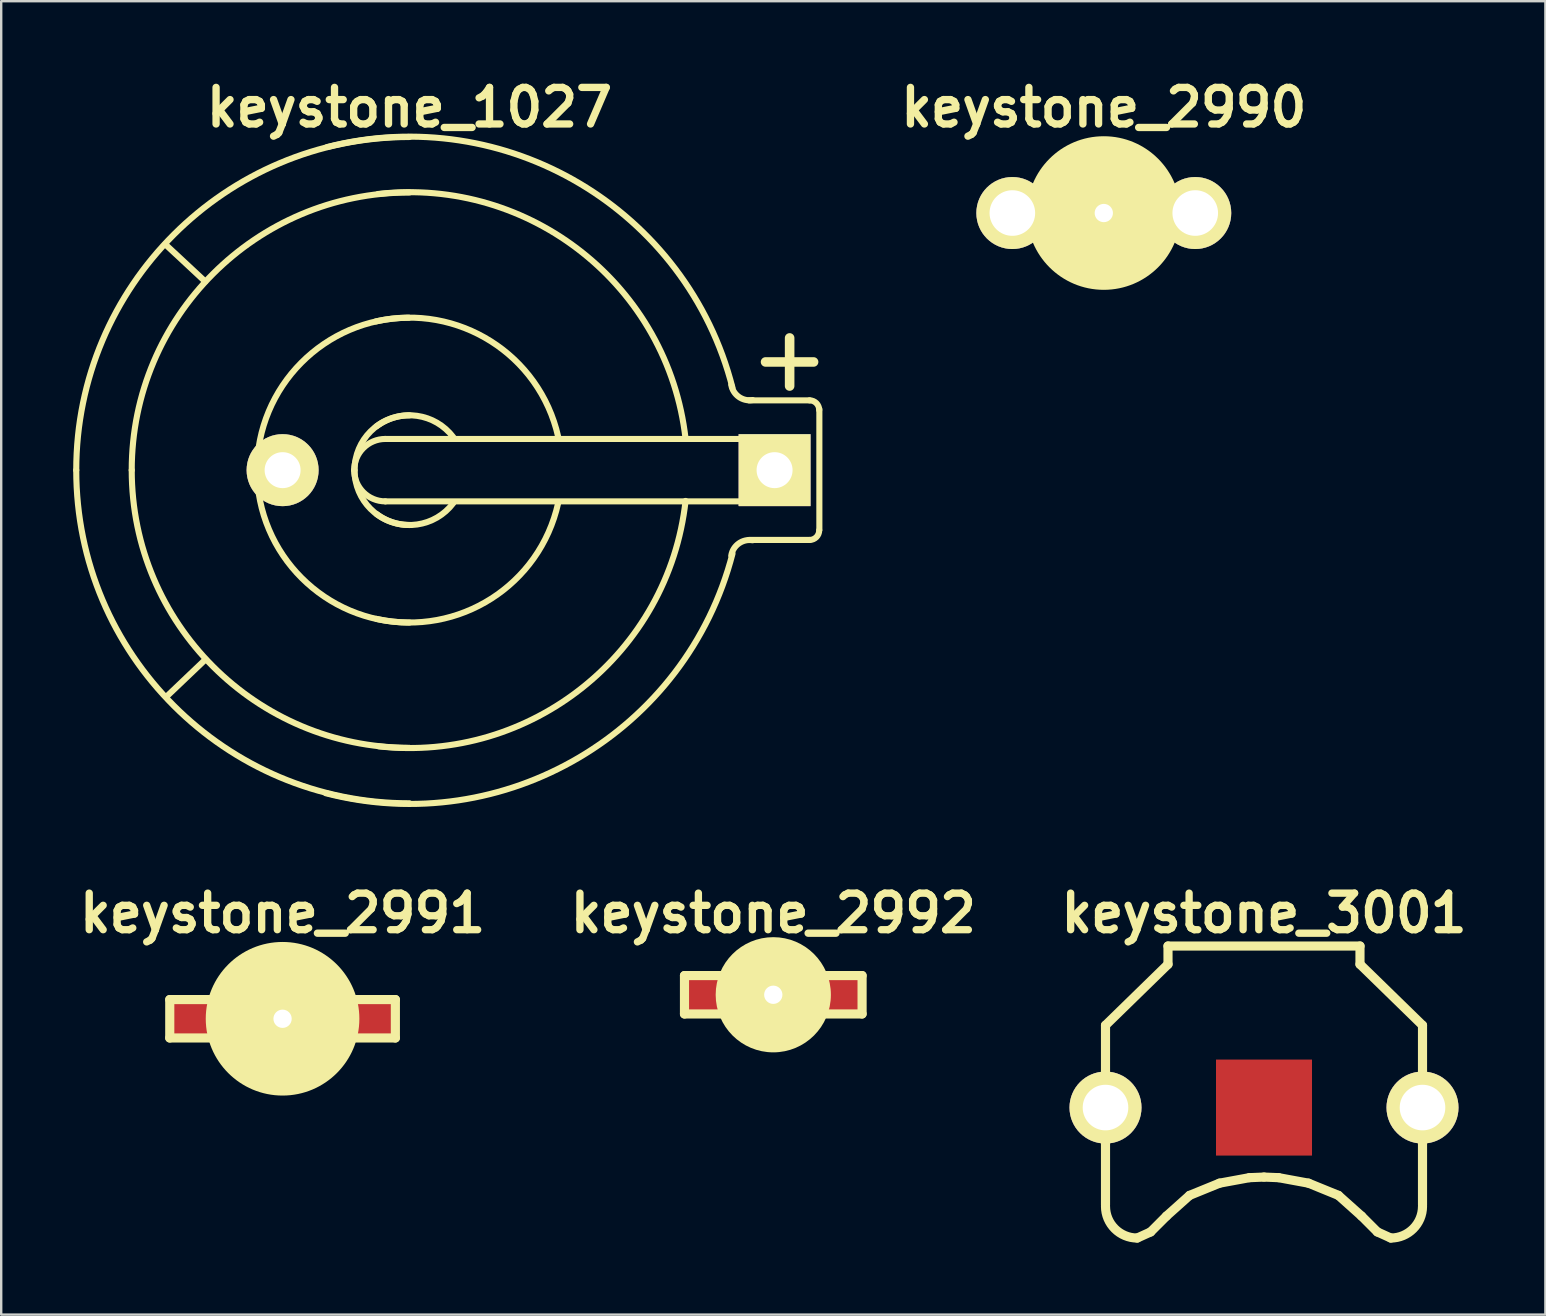
<source format=kicad_pcb>
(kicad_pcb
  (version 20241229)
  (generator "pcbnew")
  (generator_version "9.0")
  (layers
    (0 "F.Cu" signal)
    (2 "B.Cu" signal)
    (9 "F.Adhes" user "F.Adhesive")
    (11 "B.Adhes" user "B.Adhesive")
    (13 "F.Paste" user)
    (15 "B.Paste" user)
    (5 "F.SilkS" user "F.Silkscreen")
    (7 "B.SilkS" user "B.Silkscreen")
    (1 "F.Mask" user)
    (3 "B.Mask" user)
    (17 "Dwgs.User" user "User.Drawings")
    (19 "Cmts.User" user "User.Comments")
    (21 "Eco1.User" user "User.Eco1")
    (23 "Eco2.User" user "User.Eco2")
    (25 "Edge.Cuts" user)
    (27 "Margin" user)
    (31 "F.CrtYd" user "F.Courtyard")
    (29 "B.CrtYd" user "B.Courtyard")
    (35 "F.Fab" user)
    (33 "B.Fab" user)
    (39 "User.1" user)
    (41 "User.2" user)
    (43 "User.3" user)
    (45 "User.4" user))
  (footprint "keystone_1027"
    (layer "F.Cu")
    (at 14.008 16.539)
    (property "Reference" "keystone_1027" (at 0 -15.113 0) (layer "F.SilkS") (effects (font (size 1.524 1.524) (thickness 0.305))))
    (attr through_hole)
    (fp_line (start -8.509 -7.861) (end -10.173 -9.411) (stroke (width 0.254) (type solid)) (layer "F.SilkS"))
    (fp_line (start -8.496 7.887) (end -10.135 9.449) (stroke (width 0.254) (type solid)) (layer "F.SilkS"))
    (fp_line (start -1.001 -1.3) (end 15.199 -1.3) (stroke (width 0.254) (type solid)) (layer "F.SilkS"))
    (fp_line (start 14.839 -4.508) (end 16.84 -4.508) (stroke (width 0.399) (type solid)) (layer "F.SilkS"))
    (fp_line (start 15.199 1.3) (end -1.001 1.3) (stroke (width 0.254) (type solid)) (layer "F.SilkS"))
    (fp_line (start 15.207 -1.3) (end 15.207 1.3) (stroke (width 0.254) (type solid)) (layer "F.SilkS"))
    (fp_line (start 15.842 -3.505) (end 15.842 -5.509) (stroke (width 0.399) (type solid)) (layer "F.SilkS"))
    (fp_line (start 16.675 -2.908) (end 14.148 -2.908) (stroke (width 0.254) (type solid)) (layer "F.SilkS"))
    (fp_line (start 16.675 2.908) (end 14.148 2.908) (stroke (width 0.254) (type solid)) (layer "F.SilkS"))
    (fp_line (start 17.081 -2.54) (end 17.081 2.489) (stroke (width 0.254) (type solid)) (layer "F.SilkS"))
    (fp_arc (start -13.8811 0) (mid -9.81542 -9.81542) (end 0 -13.8811) (stroke (width 0.254) (type solid)) (layer "F.SilkS"))
    (fp_arc (start -11.5697 0) (mid -8.181013 -8.181013) (end 0 -11.5697) (stroke (width 0.254) (type solid)) (layer "F.SilkS"))
    (fp_arc (start -6.35 0.0254) (mid -4.508089 -4.472168) (end -0.0254 -6.35) (stroke (width 0.254) (type solid)) (layer "F.SilkS"))
    (fp_arc (start -3.429 -13.462) (mid 7.094402 -11.943741) (end 13.462 -3.429) (stroke (width 0.254) (type solid)) (layer "F.SilkS"))
    (fp_arc (start -2.30124 0) (mid -1.920338 -0.919578) (end -1.00076 -1.30048) (stroke (width 0.254) (type solid)) (layer "F.SilkS"))
    (fp_arc (start -2.286 0) (mid -1.616446 -1.616446) (end 0 -2.286) (stroke (width 0.254) (type solid)) (layer "F.SilkS"))
    (fp_arc (start -1.397 -6.1976) (mid 3.394537 -5.370193) (end 6.1976 -1.397) (stroke (width 0.254) (type solid)) (layer "F.SilkS"))
    (fp_arc (start -1.3716 -1.8288) (mid 0.323289 -2.263025) (end 1.8288 -1.3716) (stroke (width 0.254) (type solid)) (layer "F.SilkS"))
    (fp_arc (start -1.3081 -11.5062) (mid 7.211146 -9.061078) (end 11.5062 -1.3081) (stroke (width 0.254) (type solid)) (layer "F.SilkS"))
    (fp_arc (start -1.00076 1.30048) (mid -1.920338 0.919578) (end -2.30124 0) (stroke (width 0.254) (type solid)) (layer "F.SilkS"))
    (fp_arc (start 0 2.286) (mid -1.616446 1.616446) (end -2.286 0) (stroke (width 0.254) (type solid)) (layer "F.SilkS"))
    (fp_arc (start 0 6.35) (mid -4.490128 4.490128) (end -6.35 0) (stroke (width 0.254) (type solid)) (layer "F.SilkS"))
    (fp_arc (start 0 11.5697) (mid -8.181013 8.181013) (end -11.5697 0) (stroke (width 0.254) (type solid)) (layer "F.SilkS"))
    (fp_arc (start 0 13.8811) (mid -9.81542 9.81542) (end -13.8811 0) (stroke (width 0.254) (type solid)) (layer "F.SilkS"))
    (fp_arc (start 1.8288 1.3716) (mid 0.323289 2.263025) (end -1.3716 1.8288) (stroke (width 0.254) (type solid)) (layer "F.SilkS"))
    (fp_arc (start 6.1976 1.3716) (mid 3.412497 5.352233) (end -1.3716 6.1976) (stroke (width 0.254) (type solid)) (layer "F.SilkS"))
    (fp_arc (start 11.5062 1.2827) (mid 7.229106 9.043118) (end -1.2827 11.5062) (stroke (width 0.254) (type solid)) (layer "F.SilkS"))
    (fp_arc (start 13.4112 3.556) (mid 13.724187 3.054382) (end 14.3002 2.921) (stroke (width 0.254) (type solid)) (layer "F.SilkS"))
    (fp_arc (start 13.462 3.4798) (mid 7.058481 11.979662) (end -3.4798 13.462) (stroke (width 0.254) (type solid)) (layer "F.SilkS"))
    (fp_arc (start 14.3002 -2.921) (mid 13.724187 -3.054382) (end 13.4112 -3.556) (stroke (width 0.254) (type solid)) (layer "F.SilkS"))
    (fp_arc (start 16.67256 -2.9083) (mid 16.956336 -2.790756) (end 17.07388 -2.50698) (stroke (width 0.254) (type solid)) (layer "F.SilkS"))
    (fp_arc (start 17.07388 2.50698) (mid 16.956336 2.790756) (end 16.67256 2.9083) (stroke (width 0.254) (type solid)) (layer "F.SilkS"))
    (pad "1" thru_hole rect (at 15.215 0) (size 2.997 2.997) (drill 1.499) (layers "*.Cu" "*.Mask" "F.SilkS"))
    (pad "2" thru_hole circle (at -5.283 0) (size 3 3) (drill 1.499) (layers "*.Cu" "*.Mask" "F.SilkS")))
  (footprint "keystone_2990"
    (layer "F.Cu")
    (at 42.94 5.826)
    (property "Reference" "keystone_2990" (at 0 -4.4 0) (layer "F.SilkS") (effects (font (size 1.524 1.524) (thickness 0.305))))
    (attr through_hole)
    (fp_line (start -4.7 -0.8) (end -4.7 0.8) (stroke (width 0.381) (type solid)) (layer "F.SilkS"))
    (fp_line (start -4.7 -0.8) (end -3 -0.8) (stroke (width 0.381) (type solid)) (layer "F.SilkS"))
    (fp_line (start -4.7 0.8) (end -3 0.8) (stroke (width 0.381) (type solid)) (layer "F.SilkS"))
    (fp_line (start 4.7 -0.8) (end 3 -0.8) (stroke (width 0.381) (type solid)) (layer "F.SilkS"))
    (fp_line (start 4.7 -0.8) (end 4.7 0.8) (stroke (width 0.381) (type solid)) (layer "F.SilkS"))
    (fp_line (start 4.7 0.8) (end 3 0.8) (stroke (width 0.381) (type solid)) (layer "F.SilkS"))
    (pad "" np_thru_hole circle (at 0 0) (size 6.4 6.4) (drill 0.762) (layers "F.SilkS"))
    (pad "1" thru_hole circle (at -3.81 0) (size 3 3) (drill 1.9) (layers "*.Cu" "*.Mask" "F.SilkS"))
    (pad "1" thru_hole circle (at 3.81 0) (size 3 3) (drill 1.9) (layers "*.Cu" "*.Mask" "F.SilkS")))
  (footprint "keystone_2992"
    (layer "F.Cu")
    (at 29.169 38.397)
    (property "Reference" "keystone_2992" (at 0 -3.4 0) (layer "F.SilkS") (effects (font (size 1.524 1.524) (thickness 0.305))))
    (attr through_hole)
    (fp_line (start -3.7 -0.8) (end -3.7 0.8) (stroke (width 0.381) (type solid)) (layer "F.SilkS"))
    (fp_line (start -3.7 -0.8) (end -2 -0.8) (stroke (width 0.381) (type solid)) (layer "F.SilkS"))
    (fp_line (start -3.7 0.8) (end -2 0.8) (stroke (width 0.381) (type solid)) (layer "F.SilkS"))
    (fp_line (start 3.7 -0.8) (end 2 -0.8) (stroke (width 0.381) (type solid)) (layer "F.SilkS"))
    (fp_line (start 3.7 -0.8) (end 3.7 0.8) (stroke (width 0.381) (type solid)) (layer "F.SilkS"))
    (fp_line (start 3.7 0.8) (end 2 0.8) (stroke (width 0.381) (type solid)) (layer "F.SilkS"))
    (pad "" np_thru_hole circle (at 0 0) (size 4.8 4.8) (drill 0.762) (layers "F.SilkS"))
    (pad "1" smd rect (at -2.9 0) (size 1.8 1.8) (layers "F.Cu" "F.Mask" "F.Paste"))
    (pad "1" smd rect (at 2.9 0) (size 1.8 1.8) (layers "F.Cu" "F.Mask" "F.Paste")))
  (footprint "keystone_3001"
    (layer "F.Cu")
    (at 49.615 43.097)
    (property "Reference" "keystone_3001" (at 0 -8.1 0) (layer "F.SilkS") (effects (font (size 1.524 1.524) (thickness 0.305))))
    (attr through_hole)
    (fp_line (start -6.604 -3.429) (end -6.604 4.064) (stroke (width 0.381) (type solid)) (layer "F.SilkS"))
    (fp_line (start -5.283 5.436) (end -4.724 5.182) (stroke (width 0.381) (type solid)) (layer "F.SilkS"))
    (fp_line (start -4.064 4.521) (end -4.724 5.182) (stroke (width 0.381) (type solid)) (layer "F.SilkS"))
    (fp_line (start -4 -6.731) (end -4 -5.969) (stroke (width 0.381) (type solid)) (layer "F.SilkS"))
    (fp_line (start -4 -6.731) (end 4 -6.731) (stroke (width 0.381) (type solid)) (layer "F.SilkS"))
    (fp_line (start -4 -5.969) (end -6.604 -3.429) (stroke (width 0.381) (type solid)) (layer "F.SilkS"))
    (fp_line (start -3.099 3.658) (end -4.064 4.521) (stroke (width 0.381) (type solid)) (layer "F.SilkS"))
    (fp_line (start -3.099 3.658) (end -1.854 3.15) (stroke (width 0.381) (type solid)) (layer "F.SilkS"))
    (fp_line (start -1.854 3.15) (end -0.61 2.921) (stroke (width 0.381) (type solid)) (layer "F.SilkS"))
    (fp_line (start -0.61 2.921) (end 0 2.896) (stroke (width 0.381) (type solid)) (layer "F.SilkS"))
    (fp_line (start 0 2.896) (end 0.61 2.921) (stroke (width 0.381) (type solid)) (layer "F.SilkS"))
    (fp_line (start 0.61 2.921) (end 1.854 3.15) (stroke (width 0.381) (type solid)) (layer "F.SilkS"))
    (fp_line (start 1.854 3.15) (end 3.099 3.658) (stroke (width 0.381) (type solid)) (layer "F.SilkS"))
    (fp_line (start 3.099 3.658) (end 4.064 4.521) (stroke (width 0.381) (type solid)) (layer "F.SilkS"))
    (fp_line (start 3.999 -6.731) (end 3.999 -5.969) (stroke (width 0.381) (type solid)) (layer "F.SilkS"))
    (fp_line (start 4 -5.969) (end 6.604 -3.429) (stroke (width 0.381) (type solid)) (layer "F.SilkS"))
    (fp_line (start 4.064 4.521) (end 4.724 5.182) (stroke (width 0.381) (type solid)) (layer "F.SilkS"))
    (fp_line (start 4.724 5.182) (end 5.283 5.436) (stroke (width 0.381) (type solid)) (layer "F.SilkS"))
    (fp_line (start 6.604 -3.429) (end 6.604 4.064) (stroke (width 0.381) (type solid)) (layer "F.SilkS"))
    (fp_arc (start -5.2832 5.4356) (mid -6.217147 5.048747) (end -6.604 4.1148) (stroke (width 0.381) (type solid)) (layer "F.SilkS"))
    (fp_arc (start 6.604 4.1148) (mid 6.217147 5.048747) (end 5.2832 5.4356) (stroke (width 0.381) (type solid)) (layer "F.SilkS"))
    (pad "1" thru_hole circle (at -6.604 0) (size 3 3) (drill 1.9) (layers "*.Cu" "*.Mask" "F.SilkS"))
    (pad "1" thru_hole circle (at 6.604 0) (size 3 3) (drill 1.9) (layers "*.Cu" "*.Mask" "F.SilkS"))
    (pad "2" smd rect (at 0 0) (size 4 4) (layers "F.Cu" "F.Mask" "F.Paste")))
  (footprint "keystone_2991"
    (layer "F.Cu")
    (at 8.723 39.397)
    (property "Reference" "keystone_2991" (at 0 -4.4 0) (layer "F.SilkS") (effects (font (size 1.524 1.524) (thickness 0.305))))
    (attr through_hole)
    (fp_line (start -4.7 -0.8) (end -4.7 0.8) (stroke (width 0.381) (type solid)) (layer "F.SilkS"))
    (fp_line (start -4.7 -0.8) (end -3 -0.8) (stroke (width 0.381) (type solid)) (layer "F.SilkS"))
    (fp_line (start -4.7 0.8) (end -3 0.8) (stroke (width 0.381) (type solid)) (layer "F.SilkS"))
    (fp_line (start 4.7 -0.8) (end 3 -0.8) (stroke (width 0.381) (type solid)) (layer "F.SilkS"))
    (fp_line (start 4.7 -0.8) (end 4.7 0.8) (stroke (width 0.381) (type solid)) (layer "F.SilkS"))
    (fp_line (start 4.7 0.8) (end 3 0.8) (stroke (width 0.381) (type solid)) (layer "F.SilkS"))
    (pad "" np_thru_hole circle (at 0 0) (size 6.4 6.4) (drill 0.762) (layers "F.SilkS"))
    (pad "1" smd rect (at -3.9 0) (size 1.8 1.8) (layers "F.Cu" "F.Mask" "F.Paste"))
    (pad "1" smd rect (at 3.9 0) (size 1.8 1.8) (layers "F.Cu" "F.Mask" "F.Paste")))
  (gr_rect
    (start -3 -3)
    (end 61.339 51.724)
    (stroke (width 0.1) (type default))
    (fill no)
    (layer "Edge.Cuts")))
</source>
